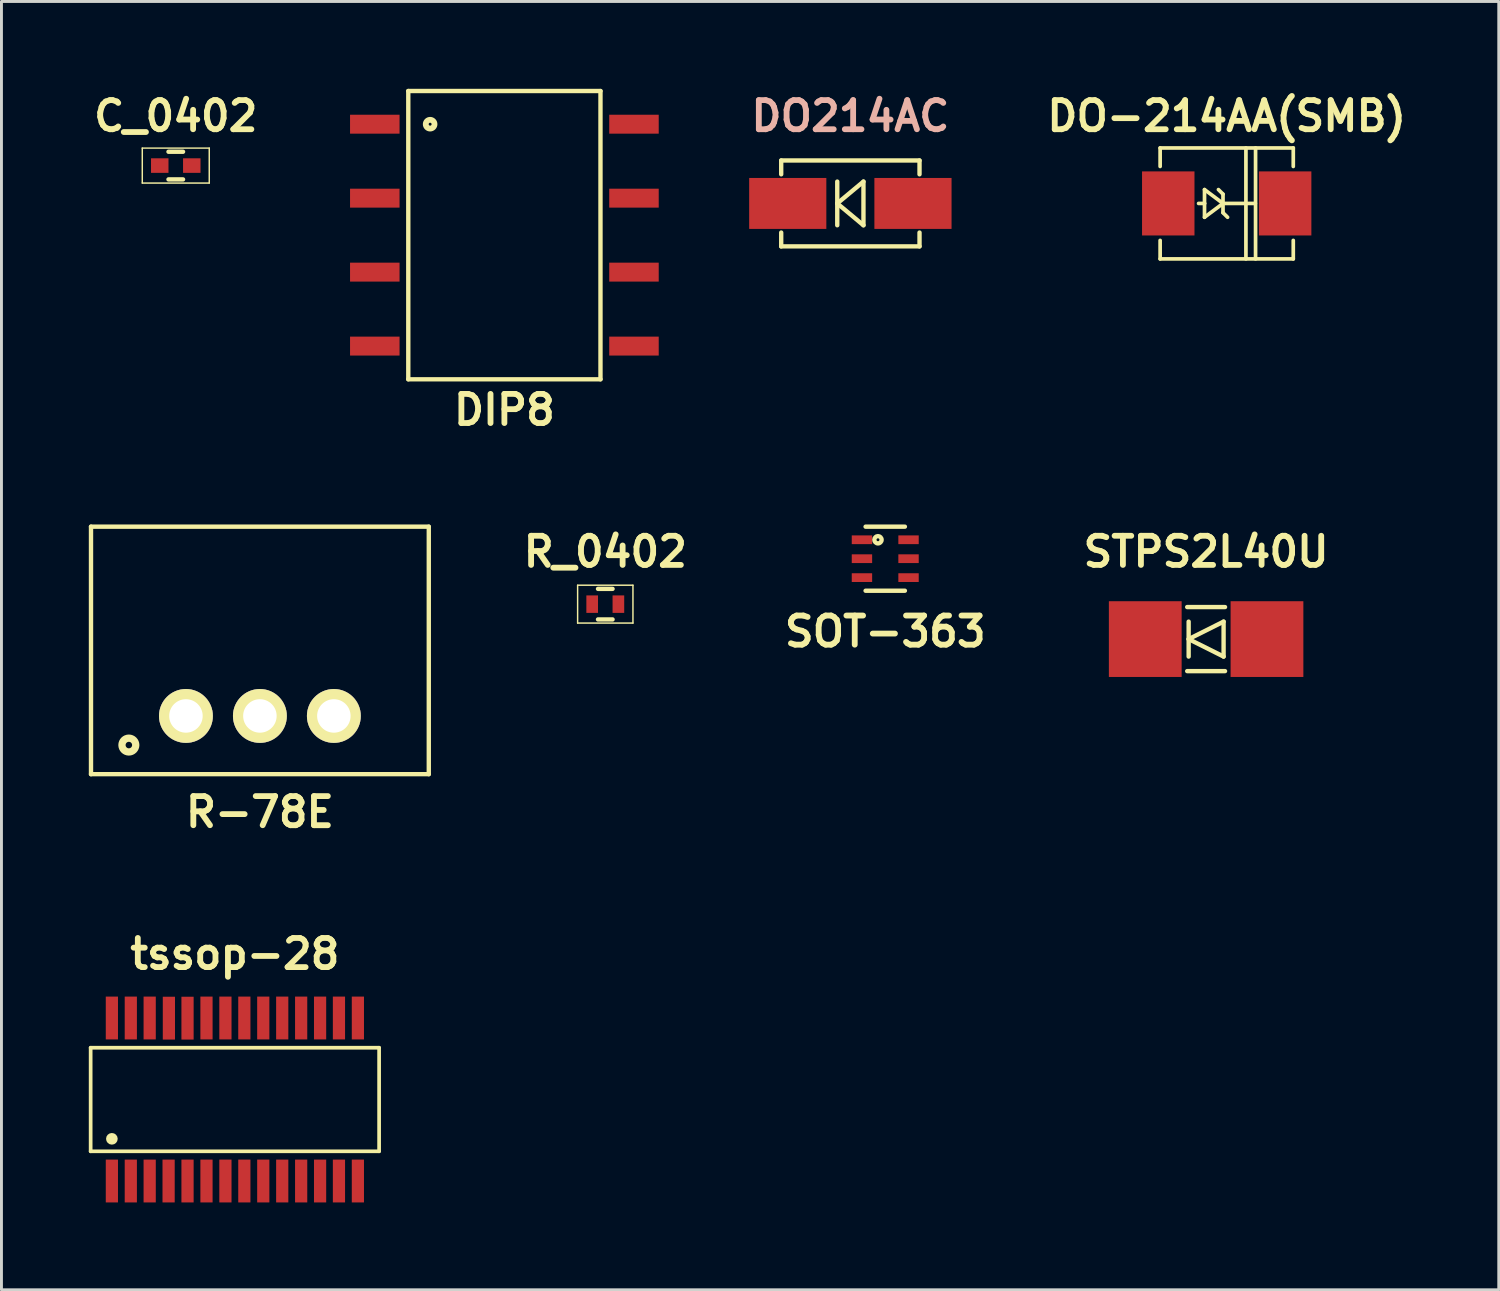
<source format=kicad_pcb>
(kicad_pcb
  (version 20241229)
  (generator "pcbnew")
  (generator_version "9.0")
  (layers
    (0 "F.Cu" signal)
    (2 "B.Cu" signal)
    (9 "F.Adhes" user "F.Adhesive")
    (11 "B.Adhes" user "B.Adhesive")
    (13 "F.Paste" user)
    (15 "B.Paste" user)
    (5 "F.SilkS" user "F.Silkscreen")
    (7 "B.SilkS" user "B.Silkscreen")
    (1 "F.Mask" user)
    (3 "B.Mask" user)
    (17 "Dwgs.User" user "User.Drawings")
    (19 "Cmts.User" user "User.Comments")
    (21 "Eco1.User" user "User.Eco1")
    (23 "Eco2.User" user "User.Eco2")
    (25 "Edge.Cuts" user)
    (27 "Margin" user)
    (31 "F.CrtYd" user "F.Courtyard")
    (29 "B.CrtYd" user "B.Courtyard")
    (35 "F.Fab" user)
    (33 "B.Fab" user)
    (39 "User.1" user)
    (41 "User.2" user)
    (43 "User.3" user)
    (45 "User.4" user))
  (footprint "C_0402"
    (layer "F.Cu")
    (at 2.986 2.636)
    (property "Reference" "C_0402" (at 0 -1.7 0) (layer "F.SilkS") (effects (font (size 1 1) (thickness 0.2))))
    (attr smd)
    (fp_line (start -1.15 -0.6) (end -1.15 0.6) (stroke (width 0.05) (type solid)) (layer "F.SilkS"))
    (fp_line (start -1.15 -0.6) (end 1.15 -0.6) (stroke (width 0.05) (type solid)) (layer "F.SilkS"))
    (fp_line (start -1.15 0.6) (end 1.15 0.6) (stroke (width 0.05) (type solid)) (layer "F.SilkS"))
    (fp_line (start -0.25 0.475) (end 0.25 0.475) (stroke (width 0.15) (type solid)) (layer "F.SilkS"))
    (fp_line (start 0.25 -0.475) (end -0.25 -0.475) (stroke (width 0.15) (type solid)) (layer "F.SilkS"))
    (fp_line (start 1.15 -0.6) (end 1.15 0.6) (stroke (width 0.05) (type solid)) (layer "F.SilkS"))
    (pad "1" smd rect (at -0.55 0) (size 0.6 0.5) (layers "F.Cu" "F.Mask" "F.Paste"))
    (pad "2" smd rect (at 0.55 0) (size 0.6 0.5) (layers "F.Cu" "F.Mask" "F.Paste")))
  (footprint "R_0402"
    (layer "F.Cu")
    (at 17.736 17.697)
    (property "Reference" "R_0402" (at 0 -1.8 0) (layer "F.SilkS") (effects (font (size 1 1) (thickness 0.2))))
    (attr smd)
    (fp_line (start -0.95 -0.65) (end -0.95 0.65) (stroke (width 0.05) (type solid)) (layer "F.SilkS"))
    (fp_line (start -0.95 -0.65) (end 0.95 -0.65) (stroke (width 0.05) (type solid)) (layer "F.SilkS"))
    (fp_line (start -0.95 0.65) (end 0.95 0.65) (stroke (width 0.05) (type solid)) (layer "F.SilkS"))
    (fp_line (start -0.25 0.525) (end 0.25 0.525) (stroke (width 0.15) (type solid)) (layer "F.SilkS"))
    (fp_line (start 0.25 -0.525) (end -0.25 -0.525) (stroke (width 0.15) (type solid)) (layer "F.SilkS"))
    (fp_line (start 0.95 -0.65) (end 0.95 0.65) (stroke (width 0.05) (type solid)) (layer "F.SilkS"))
    (pad "1" smd rect (at -0.45 0) (size 0.4 0.6) (layers "F.Cu" "F.Mask" "F.Paste"))
    (pad "2" smd rect (at 0.45 0) (size 0.4 0.6) (layers "F.Cu" "F.Mask" "F.Paste")))
  (footprint "DIP8"
    (layer "F.Cu")
    (at 14.271 5.025)
    (property "Reference" "DIP8" (at 0 6 0) (layer "F.SilkS") (effects (font (size 1 1) (thickness 0.2))))
    (attr through_hole)
    (fp_line (start -3.3 -4.95) (end -3.3 4.95) (stroke (width 0.15) (type solid)) (layer "F.SilkS"))
    (fp_line (start -3.3 -4.95) (end 3.3 -4.95) (stroke (width 0.15) (type solid)) (layer "F.SilkS"))
    (fp_line (start -3.3 4.95) (end 3.3 4.95) (stroke (width 0.15) (type solid)) (layer "F.SilkS"))
    (fp_line (start 3.3 -4.95) (end 3.3 4.95) (stroke (width 0.15) (type solid)) (layer "F.SilkS"))
    (fp_circle (center -2.55 -3.81) (end -2.6 -3.81) (stroke (width 0.2) (type solid)) (fill no) (layer "F.SilkS"))
    (pad "1" smd rect (at -4.45 -3.81) (size 1.7 0.65) (layers "F.Cu" "F.Mask" "F.Paste"))
    (pad "2" smd rect (at -4.45 -1.27) (size 1.7 0.65) (layers "F.Cu" "F.Mask" "F.Paste"))
    (pad "3" smd rect (at -4.45 1.27) (size 1.7 0.65) (layers "F.Cu" "F.Mask" "F.Paste"))
    (pad "4" smd rect (at -4.45 3.81) (size 1.7 0.65) (layers "F.Cu" "F.Mask" "F.Paste"))
    (pad "5" smd rect (at 4.45 3.81) (size 1.7 0.65) (layers "F.Cu" "F.Mask" "F.Paste"))
    (pad "6" smd rect (at 4.45 1.27) (size 1.7 0.65) (layers "F.Cu" "F.Mask" "F.Paste"))
    (pad "7" smd rect (at 4.45 -1.27) (size 1.7 0.65) (layers "F.Cu" "F.Mask" "F.Paste"))
    (pad "8" smd rect (at 4.45 -3.81) (size 1.7 0.65) (layers "F.Cu" "F.Mask" "F.Paste")))
  (footprint "R-78E"
    (layer "F.Cu")
    (at 5.875 21.536)
    (property "Reference" "R-78E" (at 0 3.3 0) (layer "F.SilkS") (effects (font (size 1 1) (thickness 0.2))))
    (attr through_hole)
    (fp_line (start -5.8 -6.5) (end -5.8 2) (stroke (width 0.15) (type solid)) (layer "F.SilkS"))
    (fp_line (start -5.8 -6.5) (end 5.8 -6.5) (stroke (width 0.15) (type solid)) (layer "F.SilkS"))
    (fp_line (start -5.8 2) (end 5.8 2) (stroke (width 0.15) (type solid)) (layer "F.SilkS"))
    (fp_line (start 5.8 -6.5) (end 5.8 2) (stroke (width 0.15) (type solid)) (layer "F.SilkS"))
    (fp_circle (center -4.5 1) (end -4.45 0.9) (stroke (width 0.25) (type solid)) (fill no) (layer "F.SilkS"))
    (pad "1" thru_hole circle (at -2.54 0) (size 1.85 1.85) (drill 1.15) (layers "*.Cu" "*.Mask" "F.SilkS"))
    (pad "2" thru_hole circle (at 0 0) (size 1.85 1.85) (drill 1.15) (layers "*.Cu" "*.Mask" "F.SilkS"))
    (pad "3" thru_hole circle (at 2.54 0) (size 1.85 1.85) (drill 1.15) (layers "*.Cu" "*.Mask" "F.SilkS")))
  (footprint "STPS2L40U"
    (layer "F.Cu")
    (at 38.369 18.897)
    (property "Reference" "STPS2L40U" (at 0 -3 0) (layer "F.SilkS") (effects (font (size 1 1) (thickness 0.2))))
    (attr smd)
    (fp_line (start -0.65 -1.1) (end 0.65 -1.1) (stroke (width 0.15) (type solid)) (layer "F.SilkS"))
    (fp_line (start -0.6 -0.6) (end -0.6 0.6) (stroke (width 0.15) (type solid)) (layer "F.SilkS"))
    (fp_line (start -0.6 0) (end 0.6 -0.6) (stroke (width 0.15) (type solid)) (layer "F.SilkS"))
    (fp_line (start 0.6 -0.6) (end 0.6 0.6) (stroke (width 0.15) (type solid)) (layer "F.SilkS"))
    (fp_line (start 0.6 0.6) (end -0.6 0) (stroke (width 0.15) (type solid)) (layer "F.SilkS"))
    (fp_line (start 0.65 1.1) (end -0.65 1.1) (stroke (width 0.15) (type solid)) (layer "F.SilkS"))
    (pad "1" smd rect (at 2.09 0) (size 2.499 2.601) (layers "F.Cu" "F.Mask" "F.Paste"))
    (pad "2" smd rect (at -2.09 0) (size 2.499 2.601) (layers "F.Cu" "F.Mask" "F.Paste")))
  (footprint "SOT-363"
    (layer "F.Cu")
    (at 27.35 16.136)
    (property "Reference" "SOT-363" (at 0 2.5 0) (layer "F.SilkS") (effects (font (size 1 1) (thickness 0.2))))
    (attr through_hole)
    (fp_line (start -0.675 -1.1) (end 0.675 -1.1) (stroke (width 0.15) (type solid)) (layer "F.SilkS"))
    (fp_line (start -0.675 1.1) (end 0.675 1.1) (stroke (width 0.15) (type solid)) (layer "F.SilkS"))
    (fp_circle (center -0.25 -0.65) (end -0.3 -0.65) (stroke (width 0.15) (type solid)) (fill no) (layer "F.SilkS"))
    (pad "1" smd rect (at -0.8 -0.65) (size 0.7 0.3) (layers "F.Cu" "F.Mask" "F.Paste"))
    (pad "2" smd rect (at -0.8 0) (size 0.7 0.3) (layers "F.Cu" "F.Mask" "F.Paste"))
    (pad "3" smd rect (at -0.8 0.65) (size 0.7 0.3) (layers "F.Cu" "F.Mask" "F.Paste"))
    (pad "4" smd rect (at 0.8 0.65) (size 0.7 0.3) (layers "F.Cu" "F.Mask" "F.Paste"))
    (pad "5" smd rect (at 0.8 0) (size 0.7 0.3) (layers "F.Cu" "F.Mask" "F.Paste"))
    (pad "6" smd rect (at 0.8 -0.65) (size 0.7 0.3) (layers "F.Cu" "F.Mask" "F.Paste")))
  (footprint "DO-214AA(SMB)"
    (layer "F.Cu")
    (at 39.076 3.936)
    (property "Reference" "DO-214AA(SMB)" (at 0 -3 0) (layer "F.SilkS") (effects (font (size 1 1) (thickness 0.2))))
    (attr smd)
    (fp_line (start -2.286 -1.905) (end 2.286 -1.905) (stroke (width 0.127) (type solid)) (layer "F.SilkS"))
    (fp_line (start -2.286 -1.27) (end -2.286 -1.905) (stroke (width 0.127) (type solid)) (layer "F.SilkS"))
    (fp_line (start -2.286 1.27) (end -2.286 1.905) (stroke (width 0.127) (type solid)) (layer "F.SilkS"))
    (fp_line (start -2.286 1.905) (end 2.286 1.905) (stroke (width 0.127) (type solid)) (layer "F.SilkS"))
    (fp_line (start -0.762 -0.475) (end -0.762 0) (stroke (width 0.127) (type solid)) (layer "F.SilkS"))
    (fp_line (start -0.762 0) (end -0.965 0) (stroke (width 0.127) (type solid)) (layer "F.SilkS"))
    (fp_line (start -0.762 0) (end -0.762 0.475) (stroke (width 0.127) (type solid)) (layer "F.SilkS"))
    (fp_line (start -0.762 0.475) (end -0.127 0) (stroke (width 0.127) (type solid)) (layer "F.SilkS"))
    (fp_line (start -0.127 -0.318) (end -0.284 -0.475) (stroke (width 0.127) (type solid)) (layer "F.SilkS"))
    (fp_line (start -0.127 0) (end -0.762 -0.475) (stroke (width 0.127) (type solid)) (layer "F.SilkS"))
    (fp_line (start -0.127 0) (end -0.127 -0.318) (stroke (width 0.127) (type solid)) (layer "F.SilkS"))
    (fp_line (start -0.127 0) (end -0.127 0.318) (stroke (width 0.127) (type solid)) (layer "F.SilkS"))
    (fp_line (start -0.127 0) (end 0.983 0) (stroke (width 0.127) (type solid)) (layer "F.SilkS"))
    (fp_line (start -0.127 0.318) (end 0.03 0.475) (stroke (width 0.127) (type solid)) (layer "F.SilkS"))
    (fp_line (start 0.66 1.905) (end 0.66 -1.905) (stroke (width 0.127) (type solid)) (layer "F.SilkS"))
    (fp_line (start 0.991 1.905) (end 0.991 -1.905) (stroke (width 0.127) (type solid)) (layer "F.SilkS"))
    (fp_line (start 2.286 -1.905) (end 2.286 -1.27) (stroke (width 0.127) (type solid)) (layer "F.SilkS"))
    (fp_line (start 2.286 1.905) (end 2.286 1.27) (stroke (width 0.127) (type solid)) (layer "F.SilkS"))
    (pad "1" smd rect (at -2.007 0) (size 1.801 2.2) (layers "F.Cu" "F.Mask" "F.Paste"))
    (pad "2" smd rect (at 2.007 0) (size 1.801 2.2) (layers "F.Cu" "F.Mask" "F.Paste")))
  (footprint "DO214AC"
    (layer "F.Cu")
    (at 26.152 3.936)
    (property "Reference" "DO214AC" (at 0 -3 0) (layer "B.SilkS") (effects (font (size 1 1) (thickness 0.2))))
    (attr smd)
    (fp_line (start -2.375 -1.475) (end -2.375 -1) (stroke (width 0.15) (type solid)) (layer "F.SilkS"))
    (fp_line (start -2.375 -1.475) (end 2.375 -1.475) (stroke (width 0.15) (type solid)) (layer "F.SilkS"))
    (fp_line (start -2.375 1.475) (end -2.375 1) (stroke (width 0.15) (type solid)) (layer "F.SilkS"))
    (fp_line (start -0.45 -0.75) (end -0.45 0.75) (stroke (width 0.15) (type solid)) (layer "F.SilkS"))
    (fp_line (start -0.45 0) (end 0.45 -0.75) (stroke (width 0.15) (type solid)) (layer "F.SilkS"))
    (fp_line (start 0.45 -0.75) (end 0.45 0.75) (stroke (width 0.15) (type solid)) (layer "F.SilkS"))
    (fp_line (start 0.45 0.75) (end -0.45 0) (stroke (width 0.15) (type solid)) (layer "F.SilkS"))
    (fp_line (start 2.375 -1.475) (end 2.375 -1) (stroke (width 0.15) (type solid)) (layer "F.SilkS"))
    (fp_line (start 2.375 1.475) (end -2.375 1.475) (stroke (width 0.15) (type solid)) (layer "F.SilkS"))
    (fp_line (start 2.375 1.475) (end 2.375 1) (stroke (width 0.15) (type solid)) (layer "F.SilkS"))
    (pad "1" smd rect (at 2.15 0) (size 2.65 1.75) (layers "F.Cu" "F.Mask" "F.Paste"))
    (pad "2" smd rect (at -2.15 0) (size 2.65 1.75) (layers "F.Cu" "F.Mask" "F.Paste")))
  (footprint "tssop-28"
    (layer "F.Cu")
    (at 5.016 34.708)
    (property "Reference" "tssop-28" (at 0 -5 0) (layer "F.SilkS") (effects (font (size 1 1) (thickness 0.2))))
    (attr through_hole)
    (fp_line (start -4.953 -1.778) (end -4.953 1.778) (stroke (width 0.127) (type solid)) (layer "F.SilkS"))
    (fp_line (start -4.953 1.778) (end 4.953 1.778) (stroke (width 0.127) (type solid)) (layer "F.SilkS"))
    (fp_line (start 4.953 -1.778) (end -4.953 -1.778) (stroke (width 0.127) (type solid)) (layer "F.SilkS"))
    (fp_line (start 4.953 -1.778) (end 4.953 1.778) (stroke (width 0.127) (type solid)) (layer "F.SilkS"))
    (fp_circle (center -4.224 1.35) (end -4.224 1.45) (stroke (width 0.2) (type solid)) (fill no) (layer "F.SilkS"))
    (pad "1" smd rect (at -4.224 2.799) (size 0.419 1.471) (layers "F.Cu" "F.Mask" "F.Paste"))
    (pad "2" smd rect (at -3.574 2.799) (size 0.419 1.471) (layers "F.Cu" "F.Mask" "F.Paste"))
    (pad "3" smd rect (at -2.926 2.799) (size 0.419 1.471) (layers "F.Cu" "F.Mask" "F.Paste"))
    (pad "4" smd rect (at -2.276 2.799) (size 0.419 1.471) (layers "F.Cu" "F.Mask" "F.Paste"))
    (pad "5" smd rect (at -1.626 2.799) (size 0.419 1.471) (layers "F.Cu" "F.Mask" "F.Paste"))
    (pad "6" smd rect (at -0.975 2.799) (size 0.419 1.471) (layers "F.Cu" "F.Mask" "F.Paste"))
    (pad "7" smd rect (at -0.325 2.799) (size 0.419 1.471) (layers "F.Cu" "F.Mask" "F.Paste"))
    (pad "8" smd rect (at 0.325 2.799) (size 0.419 1.471) (layers "F.Cu" "F.Mask" "F.Paste"))
    (pad "9" smd rect (at 0.975 2.799) (size 0.419 1.471) (layers "F.Cu" "F.Mask" "F.Paste"))
    (pad "10" smd rect (at 1.626 2.799) (size 0.419 1.471) (layers "F.Cu" "F.Mask" "F.Paste"))
    (pad "11" smd rect (at 2.276 2.799) (size 0.419 1.471) (layers "F.Cu" "F.Mask" "F.Paste"))
    (pad "12" smd rect (at 2.926 2.799) (size 0.419 1.471) (layers "F.Cu" "F.Mask" "F.Paste"))
    (pad "13" smd rect (at 3.574 2.799) (size 0.419 1.471) (layers "F.Cu" "F.Mask" "F.Paste"))
    (pad "14" smd rect (at 4.224 2.799) (size 0.419 1.471) (layers "F.Cu" "F.Mask" "F.Paste"))
    (pad "15" smd rect (at 4.224 -2.799) (size 0.419 1.471) (layers "F.Cu" "F.Mask" "F.Paste"))
    (pad "16" smd rect (at 3.574 -2.799) (size 0.419 1.471) (layers "F.Cu" "F.Mask" "F.Paste"))
    (pad "17" smd rect (at 2.926 -2.799) (size 0.419 1.471) (layers "F.Cu" "F.Mask" "F.Paste"))
    (pad "18" smd rect (at 2.276 -2.799) (size 0.419 1.471) (layers "F.Cu" "F.Mask" "F.Paste"))
    (pad "19" smd rect (at 1.626 -2.799) (size 0.419 1.471) (layers "F.Cu" "F.Mask" "F.Paste"))
    (pad "20" smd rect (at 0.975 -2.799) (size 0.419 1.471) (layers "F.Cu" "F.Mask" "F.Paste"))
    (pad "21" smd rect (at 0.325 -2.799) (size 0.419 1.471) (layers "F.Cu" "F.Mask" "F.Paste"))
    (pad "22" smd rect (at -0.325 -2.799) (size 0.419 1.471) (layers "F.Cu" "F.Mask" "F.Paste"))
    (pad "23" smd rect (at -0.975 -2.799) (size 0.419 1.471) (layers "F.Cu" "F.Mask" "F.Paste"))
    (pad "24" smd rect (at -1.626 -2.794) (size 0.419 1.471) (layers "F.Cu" "F.Mask" "F.Paste"))
    (pad "25" smd rect (at -2.266 -2.794) (size 0.419 1.471) (layers "F.Cu" "F.Mask" "F.Paste"))
    (pad "26" smd rect (at -2.926 -2.799) (size 0.419 1.471) (layers "F.Cu" "F.Mask" "F.Paste"))
    (pad "27" smd rect (at -3.574 -2.799) (size 0.419 1.471) (layers "F.Cu" "F.Mask" "F.Paste"))
    (pad "28" smd rect (at -4.224 -2.799) (size 0.419 1.471) (layers "F.Cu" "F.Mask" "F.Paste")))
  (gr_rect
    (start -3 -3)
    (end 48.419 41.242)
    (stroke (width 0.1) (type default))
    (fill no)
    (layer "Edge.Cuts")))
</source>
